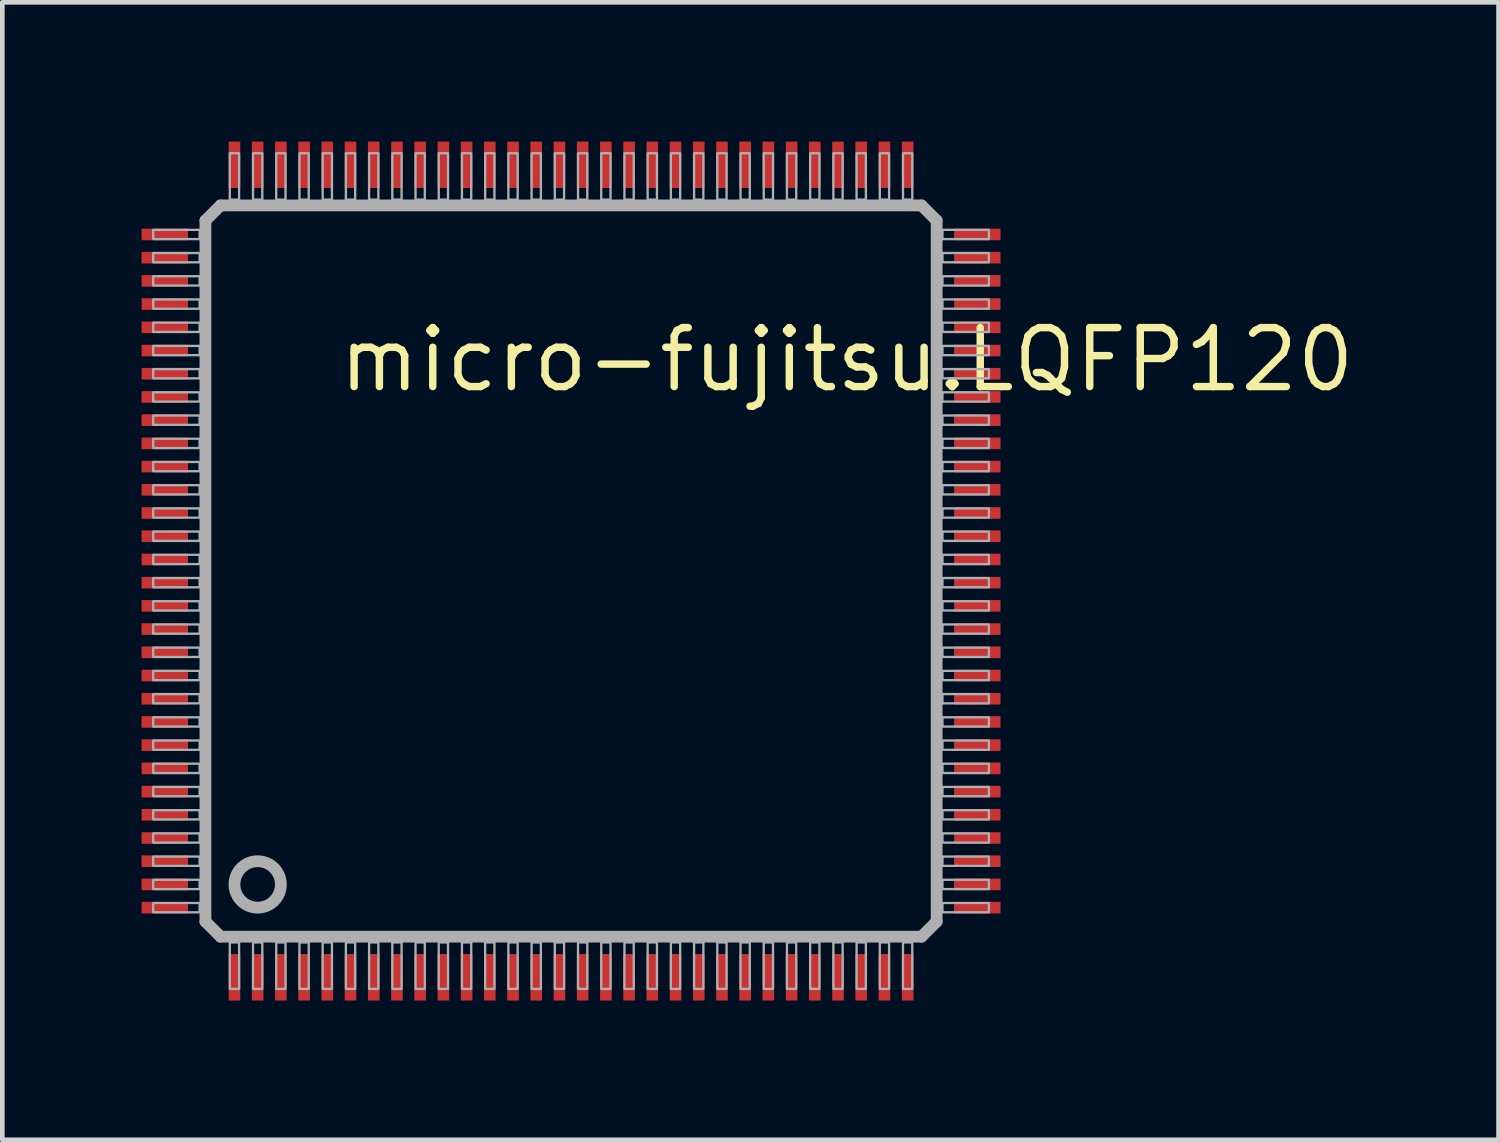
<source format=kicad_pcb>
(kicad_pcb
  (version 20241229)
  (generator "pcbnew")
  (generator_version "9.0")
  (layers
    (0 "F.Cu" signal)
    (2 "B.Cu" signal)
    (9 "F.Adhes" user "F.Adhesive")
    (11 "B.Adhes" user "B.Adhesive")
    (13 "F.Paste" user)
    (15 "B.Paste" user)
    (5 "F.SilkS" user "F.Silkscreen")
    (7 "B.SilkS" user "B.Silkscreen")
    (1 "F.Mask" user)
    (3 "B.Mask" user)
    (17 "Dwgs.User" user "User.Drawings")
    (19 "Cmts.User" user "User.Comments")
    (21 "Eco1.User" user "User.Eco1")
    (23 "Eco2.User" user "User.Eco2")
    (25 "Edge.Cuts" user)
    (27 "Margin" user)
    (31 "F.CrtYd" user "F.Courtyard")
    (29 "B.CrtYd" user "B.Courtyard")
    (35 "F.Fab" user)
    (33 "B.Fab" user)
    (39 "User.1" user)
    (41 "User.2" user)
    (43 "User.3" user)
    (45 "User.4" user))
  (footprint "micro-fujitsu.LQFP120"
    (layer "F.Cu")
    (at 9.25 9.25)
    (property "Reference" "micro-fujitsu.LQFP120" (at -5.08 -3.81 0) (layer "F.SilkS") (effects (font (size 1.27 1.27) (thickness 0.16)) (justify left bottom)))
    (attr smd)
    (fp_line (start -7.875 -7.55) (end -7.55 -7.875) (stroke (width 0.254) (type default)) (layer "F.Fab"))
    (fp_line (start -7.875 7.55) (end -7.875 -7.55) (stroke (width 0.254) (type default)) (layer "F.Fab"))
    (fp_line (start -7.55 -7.875) (end 7.55 -7.875) (stroke (width 0.254) (type default)) (layer "F.Fab"))
    (fp_line (start -7.55 7.875) (end -7.875 7.55) (stroke (width 0.254) (type default)) (layer "F.Fab"))
    (fp_line (start 7.55 -7.875) (end 7.875 -7.55) (stroke (width 0.254) (type default)) (layer "F.Fab"))
    (fp_line (start 7.55 7.875) (end -7.55 7.875) (stroke (width 0.254) (type default)) (layer "F.Fab"))
    (fp_line (start 7.875 -7.55) (end 7.875 7.55) (stroke (width 0.254) (type default)) (layer "F.Fab"))
    (fp_line (start 7.875 7.55) (end 7.55 7.875) (stroke (width 0.254) (type default)) (layer "F.Fab"))
    (fp_rect (start -9 -7.15) (end -8 -7.35) (stroke (width 0.05) (type default)) (fill no) (layer "F.Fab"))
    (fp_rect (start -9 -6.65) (end -8 -6.85) (stroke (width 0.05) (type default)) (fill no) (layer "F.Fab"))
    (fp_rect (start -9 -6.15) (end -8 -6.35) (stroke (width 0.05) (type default)) (fill no) (layer "F.Fab"))
    (fp_rect (start -9 -5.65) (end -8 -5.85) (stroke (width 0.05) (type default)) (fill no) (layer "F.Fab"))
    (fp_rect (start -9 -5.15) (end -8 -5.35) (stroke (width 0.05) (type default)) (fill no) (layer "F.Fab"))
    (fp_rect (start -9 -4.65) (end -8 -4.85) (stroke (width 0.05) (type default)) (fill no) (layer "F.Fab"))
    (fp_rect (start -9 -4.15) (end -8 -4.35) (stroke (width 0.05) (type default)) (fill no) (layer "F.Fab"))
    (fp_rect (start -9 -3.65) (end -8 -3.85) (stroke (width 0.05) (type default)) (fill no) (layer "F.Fab"))
    (fp_rect (start -9 -3.15) (end -8 -3.35) (stroke (width 0.05) (type default)) (fill no) (layer "F.Fab"))
    (fp_rect (start -9 -2.65) (end -8 -2.85) (stroke (width 0.05) (type default)) (fill no) (layer "F.Fab"))
    (fp_rect (start -9 -2.15) (end -8 -2.35) (stroke (width 0.05) (type default)) (fill no) (layer "F.Fab"))
    (fp_rect (start -9 -1.65) (end -8 -1.85) (stroke (width 0.05) (type default)) (fill no) (layer "F.Fab"))
    (fp_rect (start -9 -1.15) (end -8 -1.35) (stroke (width 0.05) (type default)) (fill no) (layer "F.Fab"))
    (fp_rect (start -9 -0.65) (end -8 -0.85) (stroke (width 0.05) (type default)) (fill no) (layer "F.Fab"))
    (fp_rect (start -9 -0.15) (end -8 -0.35) (stroke (width 0.05) (type default)) (fill no) (layer "F.Fab"))
    (fp_rect (start -9 0.35) (end -8 0.15) (stroke (width 0.05) (type default)) (fill no) (layer "F.Fab"))
    (fp_rect (start -9 0.85) (end -8 0.65) (stroke (width 0.05) (type default)) (fill no) (layer "F.Fab"))
    (fp_rect (start -9 1.35) (end -8 1.15) (stroke (width 0.05) (type default)) (fill no) (layer "F.Fab"))
    (fp_rect (start -9 1.85) (end -8 1.65) (stroke (width 0.05) (type default)) (fill no) (layer "F.Fab"))
    (fp_rect (start -9 2.35) (end -8 2.15) (stroke (width 0.05) (type default)) (fill no) (layer "F.Fab"))
    (fp_rect (start -9 2.85) (end -8 2.65) (stroke (width 0.05) (type default)) (fill no) (layer "F.Fab"))
    (fp_rect (start -9 3.35) (end -8 3.15) (stroke (width 0.05) (type default)) (fill no) (layer "F.Fab"))
    (fp_rect (start -9 3.85) (end -8 3.65) (stroke (width 0.05) (type default)) (fill no) (layer "F.Fab"))
    (fp_rect (start -9 4.35) (end -8 4.15) (stroke (width 0.05) (type default)) (fill no) (layer "F.Fab"))
    (fp_rect (start -9 4.85) (end -8 4.65) (stroke (width 0.05) (type default)) (fill no) (layer "F.Fab"))
    (fp_rect (start -9 5.35) (end -8 5.15) (stroke (width 0.05) (type default)) (fill no) (layer "F.Fab"))
    (fp_rect (start -9 5.85) (end -8 5.65) (stroke (width 0.05) (type default)) (fill no) (layer "F.Fab"))
    (fp_rect (start -9 6.35) (end -8 6.15) (stroke (width 0.05) (type default)) (fill no) (layer "F.Fab"))
    (fp_rect (start -9 6.85) (end -8 6.65) (stroke (width 0.05) (type default)) (fill no) (layer "F.Fab"))
    (fp_rect (start -9 7.35) (end -8 7.15) (stroke (width 0.05) (type default)) (fill no) (layer "F.Fab"))
    (fp_rect (start -7.35 -8) (end -7.15 -9) (stroke (width 0.05) (type default)) (fill no) (layer "F.Fab"))
    (fp_rect (start -7.35 9) (end -7.15 8) (stroke (width 0.05) (type default)) (fill no) (layer "F.Fab"))
    (fp_rect (start -6.85 -8) (end -6.65 -9) (stroke (width 0.05) (type default)) (fill no) (layer "F.Fab"))
    (fp_rect (start -6.85 9) (end -6.65 8) (stroke (width 0.05) (type default)) (fill no) (layer "F.Fab"))
    (fp_rect (start -6.35 -8) (end -6.15 -9) (stroke (width 0.05) (type default)) (fill no) (layer "F.Fab"))
    (fp_rect (start -6.35 9) (end -6.15 8) (stroke (width 0.05) (type default)) (fill no) (layer "F.Fab"))
    (fp_rect (start -5.85 -8) (end -5.65 -9) (stroke (width 0.05) (type default)) (fill no) (layer "F.Fab"))
    (fp_rect (start -5.85 9) (end -5.65 8) (stroke (width 0.05) (type default)) (fill no) (layer "F.Fab"))
    (fp_rect (start -5.35 -8) (end -5.15 -9) (stroke (width 0.05) (type default)) (fill no) (layer "F.Fab"))
    (fp_rect (start -5.35 9) (end -5.15 8) (stroke (width 0.05) (type default)) (fill no) (layer "F.Fab"))
    (fp_rect (start -4.85 -8) (end -4.65 -9) (stroke (width 0.05) (type default)) (fill no) (layer "F.Fab"))
    (fp_rect (start -4.85 9) (end -4.65 8) (stroke (width 0.05) (type default)) (fill no) (layer "F.Fab"))
    (fp_rect (start -4.35 -8) (end -4.15 -9) (stroke (width 0.05) (type default)) (fill no) (layer "F.Fab"))
    (fp_rect (start -4.35 9) (end -4.15 8) (stroke (width 0.05) (type default)) (fill no) (layer "F.Fab"))
    (fp_rect (start -3.85 -8) (end -3.65 -9) (stroke (width 0.05) (type default)) (fill no) (layer "F.Fab"))
    (fp_rect (start -3.85 9) (end -3.65 8) (stroke (width 0.05) (type default)) (fill no) (layer "F.Fab"))
    (fp_rect (start -3.35 -8) (end -3.15 -9) (stroke (width 0.05) (type default)) (fill no) (layer "F.Fab"))
    (fp_rect (start -3.35 9) (end -3.15 8) (stroke (width 0.05) (type default)) (fill no) (layer "F.Fab"))
    (fp_rect (start -2.85 -8) (end -2.65 -9) (stroke (width 0.05) (type default)) (fill no) (layer "F.Fab"))
    (fp_rect (start -2.85 9) (end -2.65 8) (stroke (width 0.05) (type default)) (fill no) (layer "F.Fab"))
    (fp_rect (start -2.35 -8) (end -2.15 -9) (stroke (width 0.05) (type default)) (fill no) (layer "F.Fab"))
    (fp_rect (start -2.35 9) (end -2.15 8) (stroke (width 0.05) (type default)) (fill no) (layer "F.Fab"))
    (fp_rect (start -1.85 -8) (end -1.65 -9) (stroke (width 0.05) (type default)) (fill no) (layer "F.Fab"))
    (fp_rect (start -1.85 9) (end -1.65 8) (stroke (width 0.05) (type default)) (fill no) (layer "F.Fab"))
    (fp_rect (start -1.35 -8) (end -1.15 -9) (stroke (width 0.05) (type default)) (fill no) (layer "F.Fab"))
    (fp_rect (start -1.35 9) (end -1.15 8) (stroke (width 0.05) (type default)) (fill no) (layer "F.Fab"))
    (fp_rect (start -0.85 -8) (end -0.65 -9) (stroke (width 0.05) (type default)) (fill no) (layer "F.Fab"))
    (fp_rect (start -0.85 9) (end -0.65 8) (stroke (width 0.05) (type default)) (fill no) (layer "F.Fab"))
    (fp_rect (start -0.35 -8) (end -0.15 -9) (stroke (width 0.05) (type default)) (fill no) (layer "F.Fab"))
    (fp_rect (start -0.35 9) (end -0.15 8) (stroke (width 0.05) (type default)) (fill no) (layer "F.Fab"))
    (fp_rect (start 0.15 -8) (end 0.35 -9) (stroke (width 0.05) (type default)) (fill no) (layer "F.Fab"))
    (fp_rect (start 0.15 9) (end 0.35 8) (stroke (width 0.05) (type default)) (fill no) (layer "F.Fab"))
    (fp_rect (start 0.65 -8) (end 0.85 -9) (stroke (width 0.05) (type default)) (fill no) (layer "F.Fab"))
    (fp_rect (start 0.65 9) (end 0.85 8) (stroke (width 0.05) (type default)) (fill no) (layer "F.Fab"))
    (fp_rect (start 1.15 -8) (end 1.35 -9) (stroke (width 0.05) (type default)) (fill no) (layer "F.Fab"))
    (fp_rect (start 1.15 9) (end 1.35 8) (stroke (width 0.05) (type default)) (fill no) (layer "F.Fab"))
    (fp_rect (start 1.65 -8) (end 1.85 -9) (stroke (width 0.05) (type default)) (fill no) (layer "F.Fab"))
    (fp_rect (start 1.65 9) (end 1.85 8) (stroke (width 0.05) (type default)) (fill no) (layer "F.Fab"))
    (fp_rect (start 2.15 -8) (end 2.35 -9) (stroke (width 0.05) (type default)) (fill no) (layer "F.Fab"))
    (fp_rect (start 2.15 9) (end 2.35 8) (stroke (width 0.05) (type default)) (fill no) (layer "F.Fab"))
    (fp_rect (start 2.65 -8) (end 2.85 -9) (stroke (width 0.05) (type default)) (fill no) (layer "F.Fab"))
    (fp_rect (start 2.65 9) (end 2.85 8) (stroke (width 0.05) (type default)) (fill no) (layer "F.Fab"))
    (fp_rect (start 3.15 -8) (end 3.35 -9) (stroke (width 0.05) (type default)) (fill no) (layer "F.Fab"))
    (fp_rect (start 3.15 9) (end 3.35 8) (stroke (width 0.05) (type default)) (fill no) (layer "F.Fab"))
    (fp_rect (start 3.65 -8) (end 3.85 -9) (stroke (width 0.05) (type default)) (fill no) (layer "F.Fab"))
    (fp_rect (start 3.65 9) (end 3.85 8) (stroke (width 0.05) (type default)) (fill no) (layer "F.Fab"))
    (fp_rect (start 4.15 -8) (end 4.35 -9) (stroke (width 0.05) (type default)) (fill no) (layer "F.Fab"))
    (fp_rect (start 4.15 9) (end 4.35 8) (stroke (width 0.05) (type default)) (fill no) (layer "F.Fab"))
    (fp_rect (start 4.65 -8) (end 4.85 -9) (stroke (width 0.05) (type default)) (fill no) (layer "F.Fab"))
    (fp_rect (start 4.65 9) (end 4.85 8) (stroke (width 0.05) (type default)) (fill no) (layer "F.Fab"))
    (fp_rect (start 5.15 -8) (end 5.35 -9) (stroke (width 0.05) (type default)) (fill no) (layer "F.Fab"))
    (fp_rect (start 5.15 9) (end 5.35 8) (stroke (width 0.05) (type default)) (fill no) (layer "F.Fab"))
    (fp_rect (start 5.65 -8) (end 5.85 -9) (stroke (width 0.05) (type default)) (fill no) (layer "F.Fab"))
    (fp_rect (start 5.65 9) (end 5.85 8) (stroke (width 0.05) (type default)) (fill no) (layer "F.Fab"))
    (fp_rect (start 6.15 -8) (end 6.35 -9) (stroke (width 0.05) (type default)) (fill no) (layer "F.Fab"))
    (fp_rect (start 6.15 9) (end 6.35 8) (stroke (width 0.05) (type default)) (fill no) (layer "F.Fab"))
    (fp_rect (start 6.65 -8) (end 6.85 -9) (stroke (width 0.05) (type default)) (fill no) (layer "F.Fab"))
    (fp_rect (start 6.65 9) (end 6.85 8) (stroke (width 0.05) (type default)) (fill no) (layer "F.Fab"))
    (fp_rect (start 7.15 -8) (end 7.35 -9) (stroke (width 0.05) (type default)) (fill no) (layer "F.Fab"))
    (fp_rect (start 7.15 9) (end 7.35 8) (stroke (width 0.05) (type default)) (fill no) (layer "F.Fab"))
    (fp_rect (start 8 -7.15) (end 9 -7.35) (stroke (width 0.05) (type default)) (fill no) (layer "F.Fab"))
    (fp_rect (start 8 -6.65) (end 9 -6.85) (stroke (width 0.05) (type default)) (fill no) (layer "F.Fab"))
    (fp_rect (start 8 -6.15) (end 9 -6.35) (stroke (width 0.05) (type default)) (fill no) (layer "F.Fab"))
    (fp_rect (start 8 -5.65) (end 9 -5.85) (stroke (width 0.05) (type default)) (fill no) (layer "F.Fab"))
    (fp_rect (start 8 -5.15) (end 9 -5.35) (stroke (width 0.05) (type default)) (fill no) (layer "F.Fab"))
    (fp_rect (start 8 -4.65) (end 9 -4.85) (stroke (width 0.05) (type default)) (fill no) (layer "F.Fab"))
    (fp_rect (start 8 -4.15) (end 9 -4.35) (stroke (width 0.05) (type default)) (fill no) (layer "F.Fab"))
    (fp_rect (start 8 -3.65) (end 9 -3.85) (stroke (width 0.05) (type default)) (fill no) (layer "F.Fab"))
    (fp_rect (start 8 -3.15) (end 9 -3.35) (stroke (width 0.05) (type default)) (fill no) (layer "F.Fab"))
    (fp_rect (start 8 -2.65) (end 9 -2.85) (stroke (width 0.05) (type default)) (fill no) (layer "F.Fab"))
    (fp_rect (start 8 -2.15) (end 9 -2.35) (stroke (width 0.05) (type default)) (fill no) (layer "F.Fab"))
    (fp_rect (start 8 -1.65) (end 9 -1.85) (stroke (width 0.05) (type default)) (fill no) (layer "F.Fab"))
    (fp_rect (start 8 -1.15) (end 9 -1.35) (stroke (width 0.05) (type default)) (fill no) (layer "F.Fab"))
    (fp_rect (start 8 -0.65) (end 9 -0.85) (stroke (width 0.05) (type default)) (fill no) (layer "F.Fab"))
    (fp_rect (start 8 -0.15) (end 9 -0.35) (stroke (width 0.05) (type default)) (fill no) (layer "F.Fab"))
    (fp_rect (start 8 0.35) (end 9 0.15) (stroke (width 0.05) (type default)) (fill no) (layer "F.Fab"))
    (fp_rect (start 8 0.85) (end 9 0.65) (stroke (width 0.05) (type default)) (fill no) (layer "F.Fab"))
    (fp_rect (start 8 1.35) (end 9 1.15) (stroke (width 0.05) (type default)) (fill no) (layer "F.Fab"))
    (fp_rect (start 8 1.85) (end 9 1.65) (stroke (width 0.05) (type default)) (fill no) (layer "F.Fab"))
    (fp_rect (start 8 2.35) (end 9 2.15) (stroke (width 0.05) (type default)) (fill no) (layer "F.Fab"))
    (fp_rect (start 8 2.85) (end 9 2.65) (stroke (width 0.05) (type default)) (fill no) (layer "F.Fab"))
    (fp_rect (start 8 3.35) (end 9 3.15) (stroke (width 0.05) (type default)) (fill no) (layer "F.Fab"))
    (fp_rect (start 8 3.85) (end 9 3.65) (stroke (width 0.05) (type default)) (fill no) (layer "F.Fab"))
    (fp_rect (start 8 4.35) (end 9 4.15) (stroke (width 0.05) (type default)) (fill no) (layer "F.Fab"))
    (fp_rect (start 8 4.85) (end 9 4.65) (stroke (width 0.05) (type default)) (fill no) (layer "F.Fab"))
    (fp_rect (start 8 5.35) (end 9 5.15) (stroke (width 0.05) (type default)) (fill no) (layer "F.Fab"))
    (fp_rect (start 8 5.85) (end 9 5.65) (stroke (width 0.05) (type default)) (fill no) (layer "F.Fab"))
    (fp_rect (start 8 6.35) (end 9 6.15) (stroke (width 0.05) (type default)) (fill no) (layer "F.Fab"))
    (fp_rect (start 8 6.85) (end 9 6.65) (stroke (width 0.05) (type default)) (fill no) (layer "F.Fab"))
    (fp_rect (start 8 7.35) (end 9 7.15) (stroke (width 0.05) (type default)) (fill no) (layer "F.Fab"))
    (fp_circle (center -6.75 6.75) (end -6.25 6.75) (stroke (width 0.254) (type default)) (fill no) (layer "F.Fab"))
    (pad "1" smd roundrect (at -7.25 8.75) (size 0.25 1) (layers "F.Cu" "F.Mask" "F.Paste") (roundrect_rratio 0.01))
    (pad "2" smd roundrect (at -6.75 8.75) (size 0.25 1) (layers "F.Cu" "F.Mask" "F.Paste") (roundrect_rratio 0.01))
    (pad "3" smd roundrect (at -6.25 8.75) (size 0.25 1) (layers "F.Cu" "F.Mask" "F.Paste") (roundrect_rratio 0.01))
    (pad "4" smd roundrect (at -5.75 8.75) (size 0.25 1) (layers "F.Cu" "F.Mask" "F.Paste") (roundrect_rratio 0.01))
    (pad "5" smd roundrect (at -5.25 8.75) (size 0.25 1) (layers "F.Cu" "F.Mask" "F.Paste") (roundrect_rratio 0.01))
    (pad "6" smd roundrect (at -4.75 8.75) (size 0.25 1) (layers "F.Cu" "F.Mask" "F.Paste") (roundrect_rratio 0.01))
    (pad "7" smd roundrect (at -4.25 8.75) (size 0.25 1) (layers "F.Cu" "F.Mask" "F.Paste") (roundrect_rratio 0.01))
    (pad "8" smd roundrect (at -3.75 8.75) (size 0.25 1) (layers "F.Cu" "F.Mask" "F.Paste") (roundrect_rratio 0.01))
    (pad "9" smd roundrect (at -3.25 8.75) (size 0.25 1) (layers "F.Cu" "F.Mask" "F.Paste") (roundrect_rratio 0.01))
    (pad "10" smd roundrect (at -2.75 8.75) (size 0.25 1) (layers "F.Cu" "F.Mask" "F.Paste") (roundrect_rratio 0.01))
    (pad "11" smd roundrect (at -2.25 8.75) (size 0.25 1) (layers "F.Cu" "F.Mask" "F.Paste") (roundrect_rratio 0.01))
    (pad "12" smd roundrect (at -1.75 8.75) (size 0.25 1) (layers "F.Cu" "F.Mask" "F.Paste") (roundrect_rratio 0.01))
    (pad "13" smd roundrect (at -1.25 8.75) (size 0.25 1) (layers "F.Cu" "F.Mask" "F.Paste") (roundrect_rratio 0.01))
    (pad "14" smd roundrect (at -0.75 8.75) (size 0.25 1) (layers "F.Cu" "F.Mask" "F.Paste") (roundrect_rratio 0.01))
    (pad "15" smd roundrect (at -0.25 8.75) (size 0.25 1) (layers "F.Cu" "F.Mask" "F.Paste") (roundrect_rratio 0.01))
    (pad "16" smd roundrect (at 0.25 8.75) (size 0.25 1) (layers "F.Cu" "F.Mask" "F.Paste") (roundrect_rratio 0.01))
    (pad "17" smd roundrect (at 0.75 8.75) (size 0.25 1) (layers "F.Cu" "F.Mask" "F.Paste") (roundrect_rratio 0.01))
    (pad "18" smd roundrect (at 1.25 8.75) (size 0.25 1) (layers "F.Cu" "F.Mask" "F.Paste") (roundrect_rratio 0.01))
    (pad "19" smd roundrect (at 1.75 8.75) (size 0.25 1) (layers "F.Cu" "F.Mask" "F.Paste") (roundrect_rratio 0.01))
    (pad "20" smd roundrect (at 2.25 8.75) (size 0.25 1) (layers "F.Cu" "F.Mask" "F.Paste") (roundrect_rratio 0.01))
    (pad "21" smd roundrect (at 2.75 8.75) (size 0.25 1) (layers "F.Cu" "F.Mask" "F.Paste") (roundrect_rratio 0.01))
    (pad "22" smd roundrect (at 3.25 8.75) (size 0.25 1) (layers "F.Cu" "F.Mask" "F.Paste") (roundrect_rratio 0.01))
    (pad "23" smd roundrect (at 3.75 8.75) (size 0.25 1) (layers "F.Cu" "F.Mask" "F.Paste") (roundrect_rratio 0.01))
    (pad "24" smd roundrect (at 4.25 8.75) (size 0.25 1) (layers "F.Cu" "F.Mask" "F.Paste") (roundrect_rratio 0.01))
    (pad "25" smd roundrect (at 4.75 8.75) (size 0.25 1) (layers "F.Cu" "F.Mask" "F.Paste") (roundrect_rratio 0.01))
    (pad "26" smd roundrect (at 5.25 8.75) (size 0.25 1) (layers "F.Cu" "F.Mask" "F.Paste") (roundrect_rratio 0.01))
    (pad "27" smd roundrect (at 5.75 8.75) (size 0.25 1) (layers "F.Cu" "F.Mask" "F.Paste") (roundrect_rratio 0.01))
    (pad "28" smd roundrect (at 6.25 8.75) (size 0.25 1) (layers "F.Cu" "F.Mask" "F.Paste") (roundrect_rratio 0.01))
    (pad "29" smd roundrect (at 6.75 8.75) (size 0.25 1) (layers "F.Cu" "F.Mask" "F.Paste") (roundrect_rratio 0.01))
    (pad "30" smd roundrect (at 7.25 8.75) (size 0.25 1) (layers "F.Cu" "F.Mask" "F.Paste") (roundrect_rratio 0.01))
    (pad "31" smd roundrect (at 8.75 7.25) (size 1 0.25) (layers "F.Cu" "F.Mask" "F.Paste") (roundrect_rratio 0.01))
    (pad "32" smd roundrect (at 8.75 6.75) (size 1 0.25) (layers "F.Cu" "F.Mask" "F.Paste") (roundrect_rratio 0.01))
    (pad "33" smd roundrect (at 8.75 6.25) (size 1 0.25) (layers "F.Cu" "F.Mask" "F.Paste") (roundrect_rratio 0.01))
    (pad "34" smd roundrect (at 8.75 5.75) (size 1 0.25) (layers "F.Cu" "F.Mask" "F.Paste") (roundrect_rratio 0.01))
    (pad "35" smd roundrect (at 8.75 5.25) (size 1 0.25) (layers "F.Cu" "F.Mask" "F.Paste") (roundrect_rratio 0.01))
    (pad "36" smd roundrect (at 8.75 4.75) (size 1 0.25) (layers "F.Cu" "F.Mask" "F.Paste") (roundrect_rratio 0.01))
    (pad "37" smd roundrect (at 8.75 4.25) (size 1 0.25) (layers "F.Cu" "F.Mask" "F.Paste") (roundrect_rratio 0.01))
    (pad "38" smd roundrect (at 8.75 3.75) (size 1 0.25) (layers "F.Cu" "F.Mask" "F.Paste") (roundrect_rratio 0.01))
    (pad "39" smd roundrect (at 8.75 3.25) (size 1 0.25) (layers "F.Cu" "F.Mask" "F.Paste") (roundrect_rratio 0.01))
    (pad "40" smd roundrect (at 8.75 2.75) (size 1 0.25) (layers "F.Cu" "F.Mask" "F.Paste") (roundrect_rratio 0.01))
    (pad "41" smd roundrect (at 8.75 2.25) (size 1 0.25) (layers "F.Cu" "F.Mask" "F.Paste") (roundrect_rratio 0.01))
    (pad "42" smd roundrect (at 8.75 1.75) (size 1 0.25) (layers "F.Cu" "F.Mask" "F.Paste") (roundrect_rratio 0.01))
    (pad "43" smd roundrect (at 8.75 1.25) (size 1 0.25) (layers "F.Cu" "F.Mask" "F.Paste") (roundrect_rratio 0.01))
    (pad "44" smd roundrect (at 8.75 0.75) (size 1 0.25) (layers "F.Cu" "F.Mask" "F.Paste") (roundrect_rratio 0.01))
    (pad "45" smd roundrect (at 8.75 0.25) (size 1 0.25) (layers "F.Cu" "F.Mask" "F.Paste") (roundrect_rratio 0.01))
    (pad "46" smd roundrect (at 8.75 -0.25) (size 1 0.25) (layers "F.Cu" "F.Mask" "F.Paste") (roundrect_rratio 0.01))
    (pad "47" smd roundrect (at 8.75 -0.75) (size 1 0.25) (layers "F.Cu" "F.Mask" "F.Paste") (roundrect_rratio 0.01))
    (pad "48" smd roundrect (at 8.75 -1.25) (size 1 0.25) (layers "F.Cu" "F.Mask" "F.Paste") (roundrect_rratio 0.01))
    (pad "49" smd roundrect (at 8.75 -1.75) (size 1 0.25) (layers "F.Cu" "F.Mask" "F.Paste") (roundrect_rratio 0.01))
    (pad "50" smd roundrect (at 8.75 -2.25) (size 1 0.25) (layers "F.Cu" "F.Mask" "F.Paste") (roundrect_rratio 0.01))
    (pad "51" smd roundrect (at 8.75 -2.75) (size 1 0.25) (layers "F.Cu" "F.Mask" "F.Paste") (roundrect_rratio 0.01))
    (pad "52" smd roundrect (at 8.75 -3.25) (size 1 0.25) (layers "F.Cu" "F.Mask" "F.Paste") (roundrect_rratio 0.01))
    (pad "53" smd roundrect (at 8.75 -3.75) (size 1 0.25) (layers "F.Cu" "F.Mask" "F.Paste") (roundrect_rratio 0.01))
    (pad "54" smd roundrect (at 8.75 -4.25) (size 1 0.25) (layers "F.Cu" "F.Mask" "F.Paste") (roundrect_rratio 0.01))
    (pad "55" smd roundrect (at 8.75 -4.75) (size 1 0.25) (layers "F.Cu" "F.Mask" "F.Paste") (roundrect_rratio 0.01))
    (pad "56" smd roundrect (at 8.75 -5.25) (size 1 0.25) (layers "F.Cu" "F.Mask" "F.Paste") (roundrect_rratio 0.01))
    (pad "57" smd roundrect (at 8.75 -5.75) (size 1 0.25) (layers "F.Cu" "F.Mask" "F.Paste") (roundrect_rratio 0.01))
    (pad "58" smd roundrect (at 8.75 -6.25) (size 1 0.25) (layers "F.Cu" "F.Mask" "F.Paste") (roundrect_rratio 0.01))
    (pad "59" smd roundrect (at 8.75 -6.75) (size 1 0.25) (layers "F.Cu" "F.Mask" "F.Paste") (roundrect_rratio 0.01))
    (pad "60" smd roundrect (at 8.75 -7.25) (size 1 0.25) (layers "F.Cu" "F.Mask" "F.Paste") (roundrect_rratio 0.01))
    (pad "61" smd roundrect (at 7.25 -8.75) (size 0.25 1) (layers "F.Cu" "F.Mask" "F.Paste") (roundrect_rratio 0.01))
    (pad "62" smd roundrect (at 6.75 -8.75) (size 0.25 1) (layers "F.Cu" "F.Mask" "F.Paste") (roundrect_rratio 0.01))
    (pad "63" smd roundrect (at 6.25 -8.75) (size 0.25 1) (layers "F.Cu" "F.Mask" "F.Paste") (roundrect_rratio 0.01))
    (pad "64" smd roundrect (at 5.75 -8.75) (size 0.25 1) (layers "F.Cu" "F.Mask" "F.Paste") (roundrect_rratio 0.01))
    (pad "65" smd roundrect (at 5.25 -8.75) (size 0.25 1) (layers "F.Cu" "F.Mask" "F.Paste") (roundrect_rratio 0.01))
    (pad "66" smd roundrect (at 4.75 -8.75) (size 0.25 1) (layers "F.Cu" "F.Mask" "F.Paste") (roundrect_rratio 0.01))
    (pad "67" smd roundrect (at 4.25 -8.75) (size 0.25 1) (layers "F.Cu" "F.Mask" "F.Paste") (roundrect_rratio 0.01))
    (pad "68" smd roundrect (at 3.75 -8.75) (size 0.25 1) (layers "F.Cu" "F.Mask" "F.Paste") (roundrect_rratio 0.01))
    (pad "69" smd roundrect (at 3.25 -8.75) (size 0.25 1) (layers "F.Cu" "F.Mask" "F.Paste") (roundrect_rratio 0.01))
    (pad "70" smd roundrect (at 2.75 -8.75) (size 0.25 1) (layers "F.Cu" "F.Mask" "F.Paste") (roundrect_rratio 0.01))
    (pad "71" smd roundrect (at 2.25 -8.75) (size 0.25 1) (layers "F.Cu" "F.Mask" "F.Paste") (roundrect_rratio 0.01))
    (pad "72" smd roundrect (at 1.75 -8.75) (size 0.25 1) (layers "F.Cu" "F.Mask" "F.Paste") (roundrect_rratio 0.01))
    (pad "73" smd roundrect (at 1.25 -8.75) (size 0.25 1) (layers "F.Cu" "F.Mask" "F.Paste") (roundrect_rratio 0.01))
    (pad "74" smd roundrect (at 0.75 -8.75) (size 0.25 1) (layers "F.Cu" "F.Mask" "F.Paste") (roundrect_rratio 0.01))
    (pad "75" smd roundrect (at 0.25 -8.75) (size 0.25 1) (layers "F.Cu" "F.Mask" "F.Paste") (roundrect_rratio 0.01))
    (pad "76" smd roundrect (at -0.25 -8.75) (size 0.25 1) (layers "F.Cu" "F.Mask" "F.Paste") (roundrect_rratio 0.01))
    (pad "77" smd roundrect (at -0.75 -8.75) (size 0.25 1) (layers "F.Cu" "F.Mask" "F.Paste") (roundrect_rratio 0.01))
    (pad "78" smd roundrect (at -1.25 -8.75) (size 0.25 1) (layers "F.Cu" "F.Mask" "F.Paste") (roundrect_rratio 0.01))
    (pad "79" smd roundrect (at -1.75 -8.75) (size 0.25 1) (layers "F.Cu" "F.Mask" "F.Paste") (roundrect_rratio 0.01))
    (pad "80" smd roundrect (at -2.25 -8.75) (size 0.25 1) (layers "F.Cu" "F.Mask" "F.Paste") (roundrect_rratio 0.01))
    (pad "81" smd roundrect (at -2.75 -8.75) (size 0.25 1) (layers "F.Cu" "F.Mask" "F.Paste") (roundrect_rratio 0.01))
    (pad "82" smd roundrect (at -3.25 -8.75) (size 0.25 1) (layers "F.Cu" "F.Mask" "F.Paste") (roundrect_rratio 0.01))
    (pad "83" smd roundrect (at -3.75 -8.75) (size 0.25 1) (layers "F.Cu" "F.Mask" "F.Paste") (roundrect_rratio 0.01))
    (pad "84" smd roundrect (at -4.25 -8.75) (size 0.25 1) (layers "F.Cu" "F.Mask" "F.Paste") (roundrect_rratio 0.01))
    (pad "85" smd roundrect (at -4.75 -8.75) (size 0.25 1) (layers "F.Cu" "F.Mask" "F.Paste") (roundrect_rratio 0.01))
    (pad "86" smd roundrect (at -5.25 -8.75) (size 0.25 1) (layers "F.Cu" "F.Mask" "F.Paste") (roundrect_rratio 0.01))
    (pad "87" smd roundrect (at -5.75 -8.75) (size 0.25 1) (layers "F.Cu" "F.Mask" "F.Paste") (roundrect_rratio 0.01))
    (pad "88" smd roundrect (at -6.25 -8.75) (size 0.25 1) (layers "F.Cu" "F.Mask" "F.Paste") (roundrect_rratio 0.01))
    (pad "89" smd roundrect (at -6.75 -8.75) (size 0.25 1) (layers "F.Cu" "F.Mask" "F.Paste") (roundrect_rratio 0.01))
    (pad "90" smd roundrect (at -7.25 -8.75) (size 0.25 1) (layers "F.Cu" "F.Mask" "F.Paste") (roundrect_rratio 0.01))
    (pad "91" smd roundrect (at -8.75 -7.25) (size 1 0.25) (layers "F.Cu" "F.Mask" "F.Paste") (roundrect_rratio 0.01))
    (pad "92" smd roundrect (at -8.75 -6.75) (size 1 0.25) (layers "F.Cu" "F.Mask" "F.Paste") (roundrect_rratio 0.01))
    (pad "93" smd roundrect (at -8.75 -6.25) (size 1 0.25) (layers "F.Cu" "F.Mask" "F.Paste") (roundrect_rratio 0.01))
    (pad "94" smd roundrect (at -8.75 -5.75) (size 1 0.25) (layers "F.Cu" "F.Mask" "F.Paste") (roundrect_rratio 0.01))
    (pad "95" smd roundrect (at -8.75 -5.25) (size 1 0.25) (layers "F.Cu" "F.Mask" "F.Paste") (roundrect_rratio 0.01))
    (pad "96" smd roundrect (at -8.75 -4.75) (size 1 0.25) (layers "F.Cu" "F.Mask" "F.Paste") (roundrect_rratio 0.01))
    (pad "97" smd roundrect (at -8.75 -4.25) (size 1 0.25) (layers "F.Cu" "F.Mask" "F.Paste") (roundrect_rratio 0.01))
    (pad "98" smd roundrect (at -8.75 -3.75) (size 1 0.25) (layers "F.Cu" "F.Mask" "F.Paste") (roundrect_rratio 0.01))
    (pad "99" smd roundrect (at -8.75 -3.25) (size 1 0.25) (layers "F.Cu" "F.Mask" "F.Paste") (roundrect_rratio 0.01))
    (pad "100" smd roundrect (at -8.75 -2.75) (size 1 0.25) (layers "F.Cu" "F.Mask" "F.Paste") (roundrect_rratio 0.01))
    (pad "101" smd roundrect (at -8.75 -2.25) (size 1 0.25) (layers "F.Cu" "F.Mask" "F.Paste") (roundrect_rratio 0.01))
    (pad "102" smd roundrect (at -8.75 -1.75) (size 1 0.25) (layers "F.Cu" "F.Mask" "F.Paste") (roundrect_rratio 0.01))
    (pad "103" smd roundrect (at -8.75 -1.25) (size 1 0.25) (layers "F.Cu" "F.Mask" "F.Paste") (roundrect_rratio 0.01))
    (pad "104" smd roundrect (at -8.75 -0.75) (size 1 0.25) (layers "F.Cu" "F.Mask" "F.Paste") (roundrect_rratio 0.01))
    (pad "105" smd roundrect (at -8.75 -0.25) (size 1 0.25) (layers "F.Cu" "F.Mask" "F.Paste") (roundrect_rratio 0.01))
    (pad "106" smd roundrect (at -8.75 0.25) (size 1 0.25) (layers "F.Cu" "F.Mask" "F.Paste") (roundrect_rratio 0.01))
    (pad "107" smd roundrect (at -8.75 0.75) (size 1 0.25) (layers "F.Cu" "F.Mask" "F.Paste") (roundrect_rratio 0.01))
    (pad "108" smd roundrect (at -8.75 1.25) (size 1 0.25) (layers "F.Cu" "F.Mask" "F.Paste") (roundrect_rratio 0.01))
    (pad "109" smd roundrect (at -8.75 1.75) (size 1 0.25) (layers "F.Cu" "F.Mask" "F.Paste") (roundrect_rratio 0.01))
    (pad "110" smd roundrect (at -8.75 2.25) (size 1 0.25) (layers "F.Cu" "F.Mask" "F.Paste") (roundrect_rratio 0.01))
    (pad "111" smd roundrect (at -8.75 2.75) (size 1 0.25) (layers "F.Cu" "F.Mask" "F.Paste") (roundrect_rratio 0.01))
    (pad "112" smd roundrect (at -8.75 3.25) (size 1 0.25) (layers "F.Cu" "F.Mask" "F.Paste") (roundrect_rratio 0.01))
    (pad "113" smd roundrect (at -8.75 3.75) (size 1 0.25) (layers "F.Cu" "F.Mask" "F.Paste") (roundrect_rratio 0.01))
    (pad "114" smd roundrect (at -8.75 4.25) (size 1 0.25) (layers "F.Cu" "F.Mask" "F.Paste") (roundrect_rratio 0.01))
    (pad "115" smd roundrect (at -8.75 4.75) (size 1 0.25) (layers "F.Cu" "F.Mask" "F.Paste") (roundrect_rratio 0.01))
    (pad "116" smd roundrect (at -8.75 5.25) (size 1 0.25) (layers "F.Cu" "F.Mask" "F.Paste") (roundrect_rratio 0.01))
    (pad "117" smd roundrect (at -8.75 5.75) (size 1 0.25) (layers "F.Cu" "F.Mask" "F.Paste") (roundrect_rratio 0.01))
    (pad "118" smd roundrect (at -8.75 6.25) (size 1 0.25) (layers "F.Cu" "F.Mask" "F.Paste") (roundrect_rratio 0.01))
    (pad "119" smd roundrect (at -8.75 6.75) (size 1 0.25) (layers "F.Cu" "F.Mask" "F.Paste") (roundrect_rratio 0.01))
    (pad "120" smd roundrect (at -8.75 7.25) (size 1 0.25) (layers "F.Cu" "F.Mask" "F.Paste") (roundrect_rratio 0.01)))
  (gr_rect
    (start -3 -3)
    (end 29.228 21.5)
    (stroke (width 0.1) (type default))
    (fill no)
    (layer "Edge.Cuts")))
</source>
